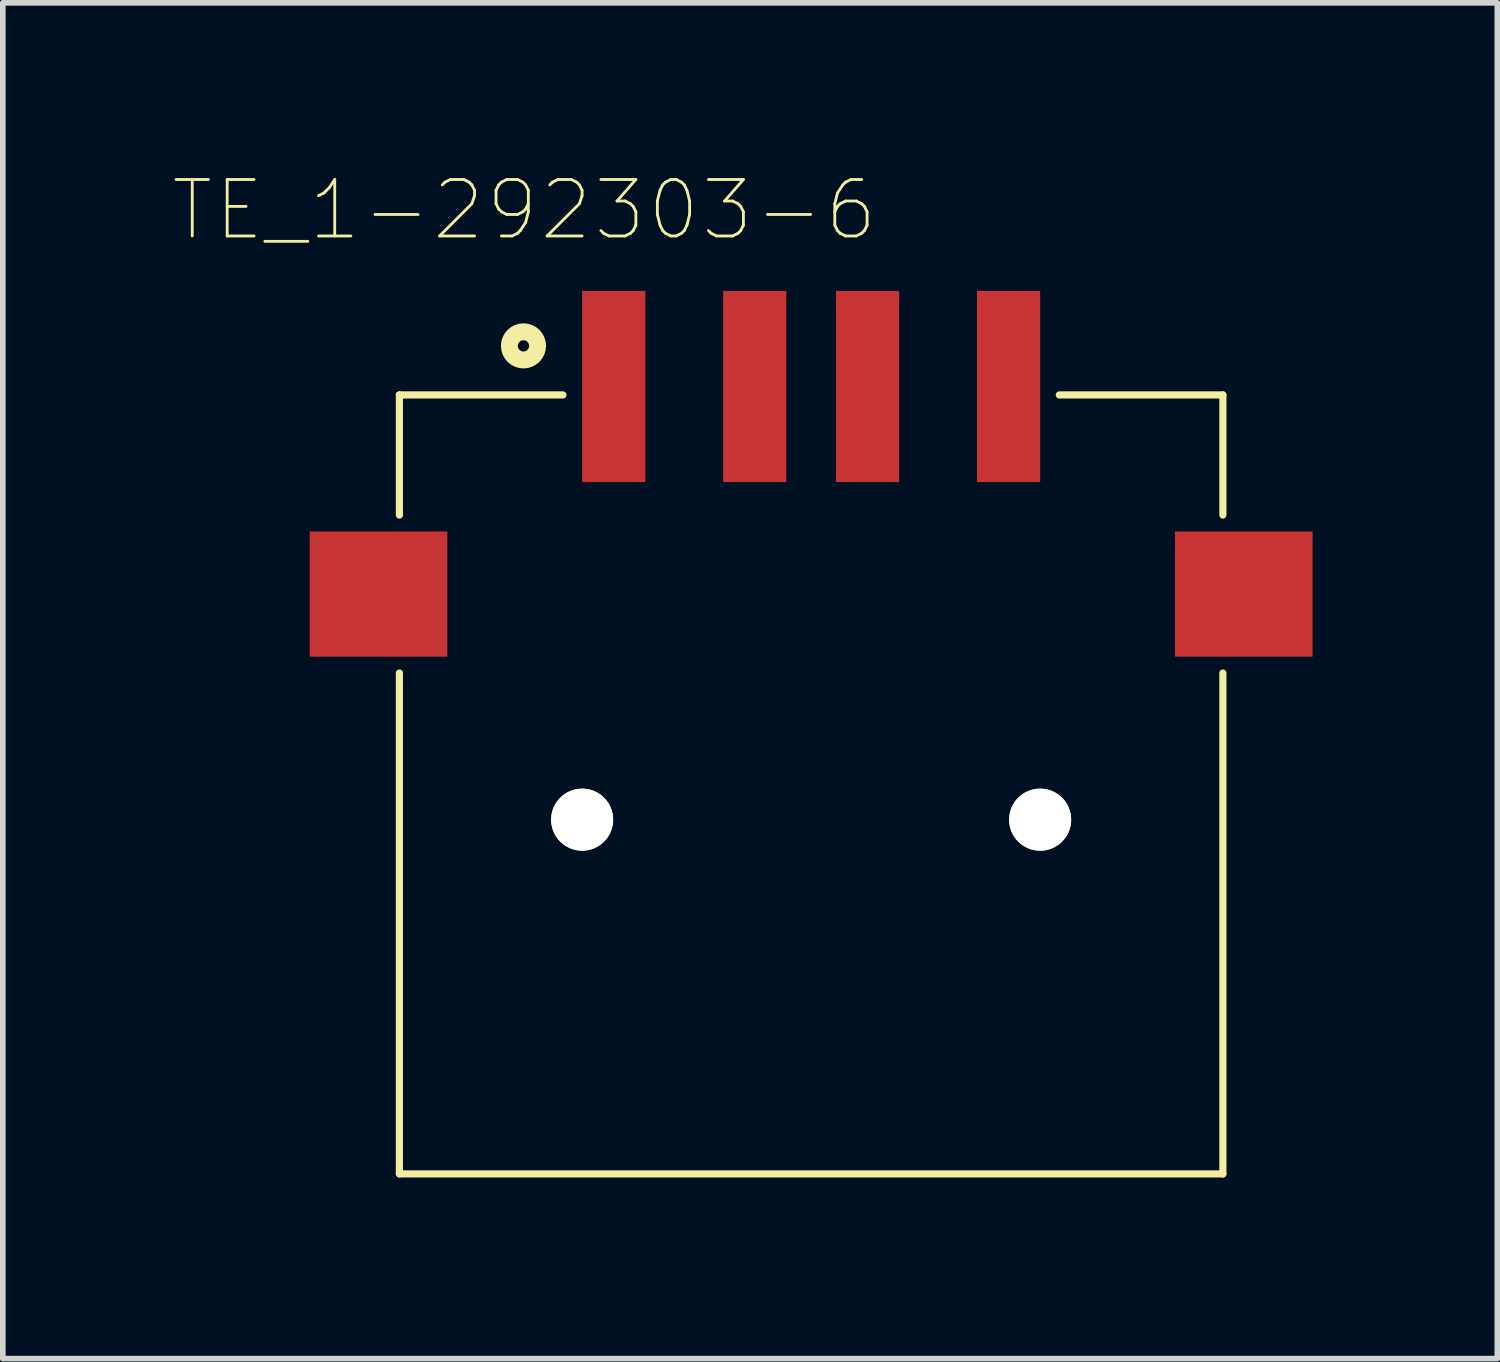
<source format=kicad_pcb>
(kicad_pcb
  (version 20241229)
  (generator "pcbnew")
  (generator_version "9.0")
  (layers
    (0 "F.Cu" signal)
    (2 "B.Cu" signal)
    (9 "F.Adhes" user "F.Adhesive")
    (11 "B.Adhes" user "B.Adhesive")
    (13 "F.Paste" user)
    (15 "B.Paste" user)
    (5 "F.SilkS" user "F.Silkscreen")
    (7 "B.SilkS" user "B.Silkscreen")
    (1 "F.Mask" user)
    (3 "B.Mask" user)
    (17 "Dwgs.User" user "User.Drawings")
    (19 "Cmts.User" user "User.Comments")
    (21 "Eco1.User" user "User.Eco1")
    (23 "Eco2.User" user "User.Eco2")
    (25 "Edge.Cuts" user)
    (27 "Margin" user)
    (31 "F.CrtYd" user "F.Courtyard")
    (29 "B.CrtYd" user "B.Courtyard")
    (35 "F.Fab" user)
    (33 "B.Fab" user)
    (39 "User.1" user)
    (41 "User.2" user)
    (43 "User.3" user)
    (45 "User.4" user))
  (footprint "TE_1-292303-6"
    (layer "F.Cu")
    (at 11.331 11.482)
    (property "Reference" "TE_1-292303-6" (at -5.086 -10.809 0) (layer "F.SilkS") (effects (font (size 1.001 1.001) (thickness 0.05))))
    (attr smd)
    (fp_line (start -7.3 -7.53) (end -4.4 -7.53) (stroke (width 0.127) (type solid)) (layer "F.SilkS"))
    (fp_line (start -7.3 -5.4) (end -7.3 -7.53) (stroke (width 0.127) (type solid)) (layer "F.SilkS"))
    (fp_line (start -7.3 -2.6) (end -7.3 6.28) (stroke (width 0.127) (type solid)) (layer "F.SilkS"))
    (fp_line (start -7.3 6.28) (end 7.3 6.28) (stroke (width 0.127) (type solid)) (layer "F.SilkS"))
    (fp_line (start 4.4 -7.53) (end 7.3 -7.53) (stroke (width 0.127) (type solid)) (layer "F.SilkS"))
    (fp_line (start 7.3 -5.4) (end 7.3 -7.53) (stroke (width 0.127) (type solid)) (layer "F.SilkS"))
    (fp_line (start 7.3 6.28) (end 7.3 -2.6) (stroke (width 0.127) (type solid)) (layer "F.SilkS"))
    (fp_circle (center -5.1 -8.4) (end -5 -8.4) (stroke (width 0.3) (type solid)) (fill no) (layer "F.SilkS"))
    (fp_line (start -9.14 -5.36) (end -7.55 -5.36) (stroke (width 0.05) (type solid)) (layer "Eco1.User"))
    (fp_line (start -9.14 -2.64) (end -9.14 -5.36) (stroke (width 0.05) (type solid)) (layer "Eco1.User"))
    (fp_line (start -7.55 -7.78) (end -4.31 -7.78) (stroke (width 0.05) (type solid)) (layer "Eco1.User"))
    (fp_line (start -7.55 -5.36) (end -7.55 -7.78) (stroke (width 0.05) (type solid)) (layer "Eco1.User"))
    (fp_line (start -7.55 -2.64) (end -9.14 -2.64) (stroke (width 0.05) (type solid)) (layer "Eco1.User"))
    (fp_line (start -7.55 6.53) (end -7.55 -2.64) (stroke (width 0.05) (type solid)) (layer "Eco1.User"))
    (fp_line (start -4.31 -9.625) (end 4.31 -9.625) (stroke (width 0.05) (type solid)) (layer "Eco1.User"))
    (fp_line (start -4.31 -7.78) (end -4.31 -9.625) (stroke (width 0.05) (type solid)) (layer "Eco1.User"))
    (fp_line (start 4.31 -9.625) (end 4.31 -7.78) (stroke (width 0.05) (type solid)) (layer "Eco1.User"))
    (fp_line (start 4.31 -7.78) (end 7.55 -7.78) (stroke (width 0.05) (type solid)) (layer "Eco1.User"))
    (fp_line (start 7.55 -7.78) (end 7.55 -5.36) (stroke (width 0.05) (type solid)) (layer "Eco1.User"))
    (fp_line (start 7.55 -5.36) (end 9.14 -5.36) (stroke (width 0.05) (type solid)) (layer "Eco1.User"))
    (fp_line (start 7.55 -2.64) (end 7.55 6.53) (stroke (width 0.05) (type solid)) (layer "Eco1.User"))
    (fp_line (start 7.55 6.53) (end -7.55 6.53) (stroke (width 0.05) (type solid)) (layer "Eco1.User"))
    (fp_line (start 9.14 -5.36) (end 9.14 -2.64) (stroke (width 0.05) (type solid)) (layer "Eco1.User"))
    (fp_line (start 9.14 -2.64) (end 7.55 -2.64) (stroke (width 0.05) (type solid)) (layer "Eco1.User"))
    (fp_line (start -7.3 -7.53) (end 7.3 -7.53) (stroke (width 0.127) (type solid)) (layer "Eco2.User"))
    (fp_line (start -7.3 6.28) (end -7.3 -7.53) (stroke (width 0.127) (type solid)) (layer "Eco2.User"))
    (fp_line (start 7.3 -7.53) (end 7.3 6.28) (stroke (width 0.127) (type solid)) (layer "Eco2.User"))
    (fp_line (start 7.3 6.28) (end -7.3 6.28) (stroke (width 0.127) (type solid)) (layer "Eco2.User"))
    (fp_circle (center -5.1 -8.4) (end -5 -8.4) (stroke (width 0.3) (type solid)) (fill no) (layer "Eco2.User"))
    (pad "" np_thru_hole circle (at -4.06 0) (size 1.1 1.1) (drill 1.1) (layers "*.Cu" "*.Mask" "F.SilkS"))
    (pad "" np_thru_hole circle (at 4.06 0) (size 1.1 1.1) (drill 1.1) (layers "*.Cu" "*.Mask" "F.SilkS"))
    (pad "1" smd rect (at -3.5 -7.68) (size 1.12 3.39) (layers "F.Cu" "F.Mask" "F.Paste"))
    (pad "2" smd rect (at -1 -7.68) (size 1.12 3.39) (layers "F.Cu" "F.Mask" "F.Paste"))
    (pad "3" smd rect (at 1 -7.68) (size 1.12 3.39) (layers "F.Cu" "F.Mask" "F.Paste"))
    (pad "4" smd rect (at 3.5 -7.68) (size 1.12 3.39) (layers "F.Cu" "F.Mask" "F.Paste"))
    (pad "5" smd rect (at -7.67 -4) (size 2.44 2.22) (layers "F.Cu" "F.Mask" "F.Paste"))
    (pad "5" smd rect (at 7.67 -4) (size 2.44 2.22) (layers "F.Cu" "F.Mask" "F.Paste")))
  (gr_rect
    (start -3 -3)
    (end 23.496 21.037)
    (stroke (width 0.1) (type default))
    (fill no)
    (layer "Edge.Cuts")))
</source>
